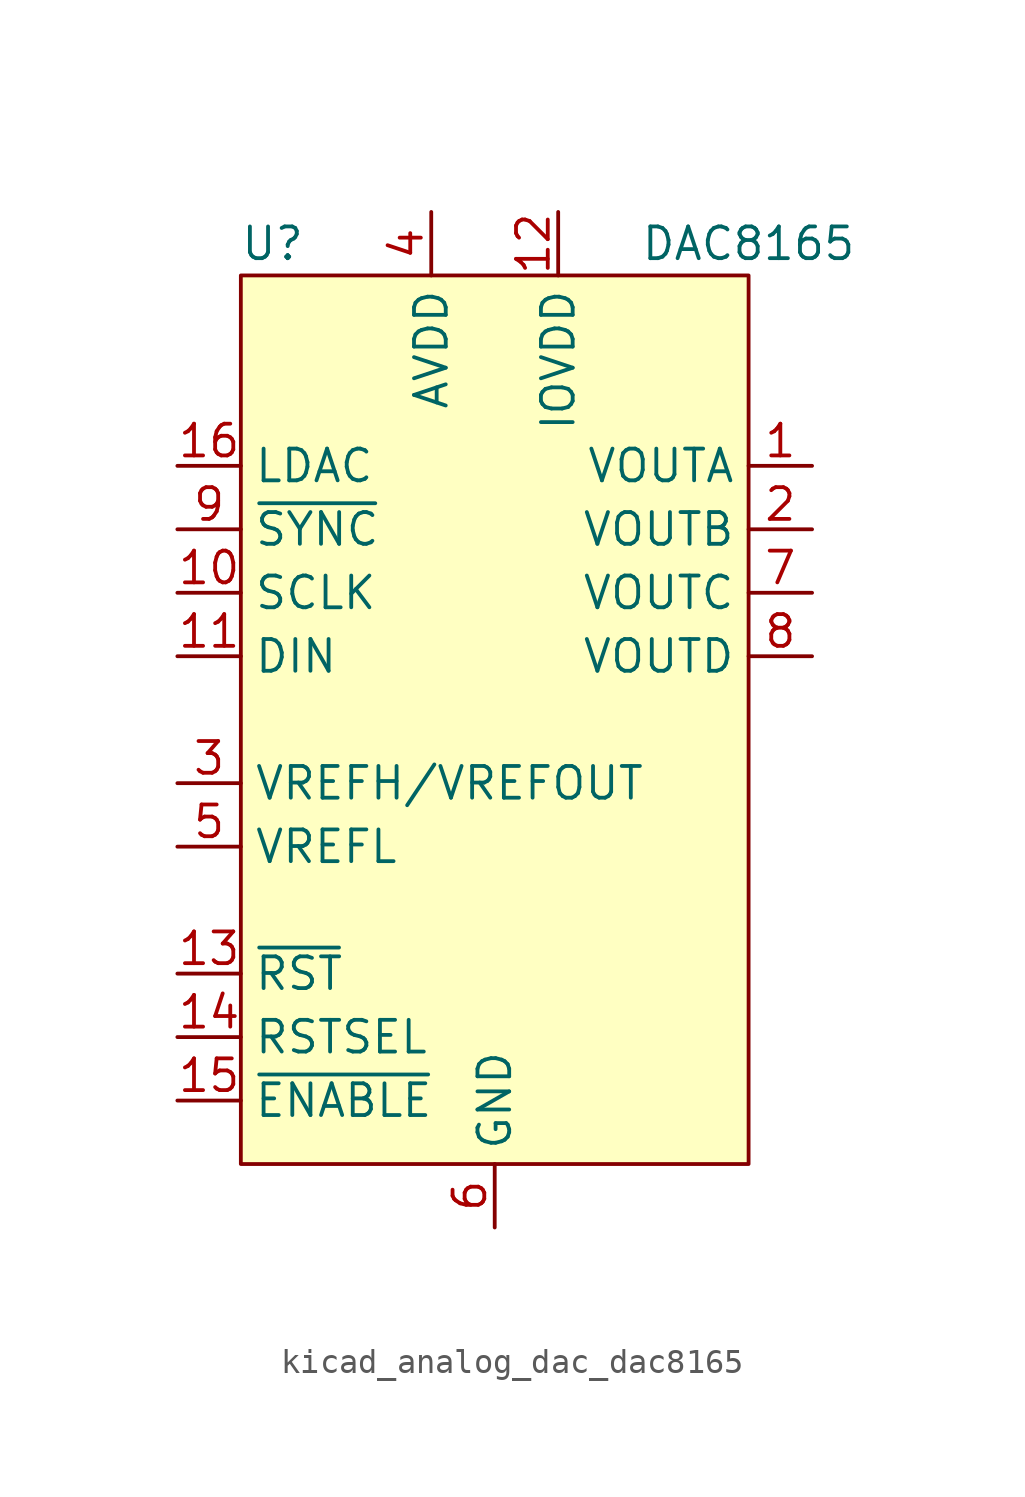
<source format=kicad_sym>
(kicad_symbol_lib
  (version 20220914)
  (generator kicad_symbol_editor)
  (symbol "kicad_analog_dac_dac8165"
    (property "Reference" "U"
      (at -8.89 21.59 0)
      (effects (font (size 1.27 1.27))))
    (property "Value" "DAC8165"
      (at 10.16 21.59 0)
      (effects (font (size 1.27 1.27))))
    (symbol "kicad_analog_dac_dac8165_0_0"
      (pin output line (at 12.7 12.7 180) (length 2.54) (name "VOUTA" (effects (font (size 1.27 1.27)))) (number "1" (effects (font (size 1.27 1.27)))))
      (pin input line (at -12.7 7.62 0) (length 2.54) (name "SCLK" (effects (font (size 1.27 1.27)))) (number "10" (effects (font (size 1.27 1.27)))))
      (pin input line (at -12.7 5.08 0) (length 2.54) (name "DIN" (effects (font (size 1.27 1.27)))) (number "11" (effects (font (size 1.27 1.27)))))
      (pin power_in line (at 2.54 22.86 270) (length 2.54) (name "IOVDD" (effects (font (size 1.27 1.27)))) (number "12" (effects (font (size 1.27 1.27)))))
      (pin input line (at -12.7 -7.62 0) (length 2.54) (name "~{RST}" (effects (font (size 1.27 1.27)))) (number "13" (effects (font (size 1.27 1.27)))))
      (pin input line (at -12.7 -10.16 0) (length 2.54) (name "RSTSEL" (effects (font (size 1.27 1.27)))) (number "14" (effects (font (size 1.27 1.27)))))
      (pin input line (at -12.7 -12.7 0) (length 2.54) (name "~{ENABLE}" (effects (font (size 1.27 1.27)))) (number "15" (effects (font (size 1.27 1.27)))))
      (pin input line (at -12.7 12.7 0) (length 2.54) (name "LDAC" (effects (font (size 1.27 1.27)))) (number "16" (effects (font (size 1.27 1.27)))))
      (pin output line (at 12.7 10.16 180) (length 2.54) (name "VOUTB" (effects (font (size 1.27 1.27)))) (number "2" (effects (font (size 1.27 1.27)))))
      (pin bidirectional line (at -12.7 0 0) (length 2.54) (name "VREFH/VREFOUT" (effects (font (size 1.27 1.27)))) (number "3" (effects (font (size 1.27 1.27)))))
      (pin power_in line (at -2.54 22.86 270) (length 2.54) (name "AVDD" (effects (font (size 1.27 1.27)))) (number "4" (effects (font (size 1.27 1.27)))))
      (pin input line (at -12.7 -2.54 0) (length 2.54) (name "VREFL" (effects (font (size 1.27 1.27)))) (number "5" (effects (font (size 1.27 1.27)))))
      (pin power_in line (at 0 -17.78 90) (length 2.54) (name "GND" (effects (font (size 1.27 1.27)))) (number "6" (effects (font (size 1.27 1.27)))))
      (pin output line (at 12.7 7.62 180) (length 2.54) (name "VOUTC" (effects (font (size 1.27 1.27)))) (number "7" (effects (font (size 1.27 1.27)))))
      (pin output line (at 12.7 5.08 180) (length 2.54) (name "VOUTD" (effects (font (size 1.27 1.27)))) (number "8" (effects (font (size 1.27 1.27)))))
      (pin input line (at -12.7 10.16 0) (length 2.54) (name "~{SYNC}" (effects (font (size 1.27 1.27)))) (number "9" (effects (font (size 1.27 1.27))))))
    (symbol "kicad_analog_dac_dac8165_0_1"
      (rectangle (start -10.16 20.32) (end 10.16 -15.24) (stroke (width 0.152) (type default)) (fill (type background))))))
</source>
